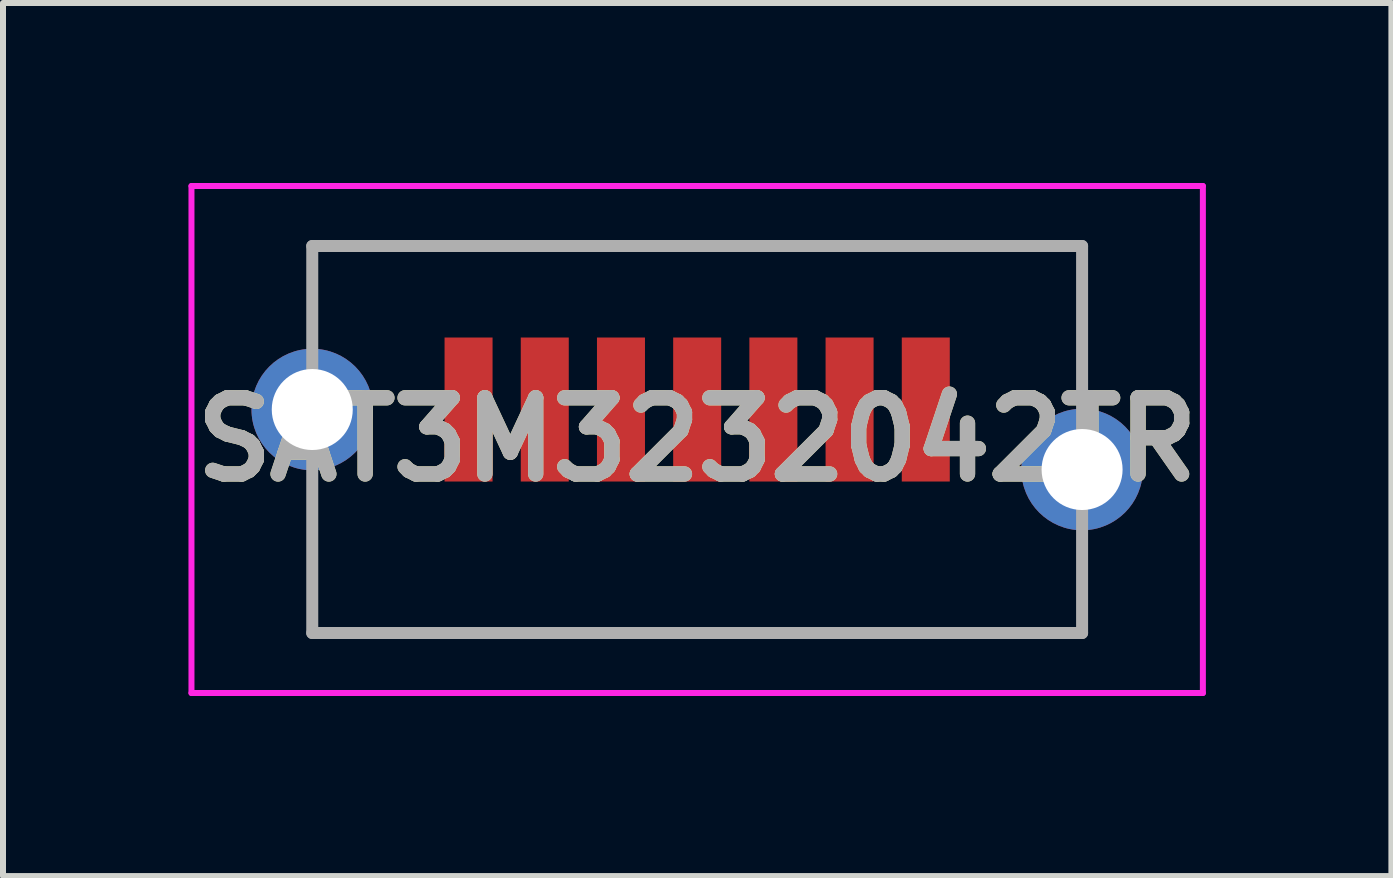
<source format=kicad_pcb>
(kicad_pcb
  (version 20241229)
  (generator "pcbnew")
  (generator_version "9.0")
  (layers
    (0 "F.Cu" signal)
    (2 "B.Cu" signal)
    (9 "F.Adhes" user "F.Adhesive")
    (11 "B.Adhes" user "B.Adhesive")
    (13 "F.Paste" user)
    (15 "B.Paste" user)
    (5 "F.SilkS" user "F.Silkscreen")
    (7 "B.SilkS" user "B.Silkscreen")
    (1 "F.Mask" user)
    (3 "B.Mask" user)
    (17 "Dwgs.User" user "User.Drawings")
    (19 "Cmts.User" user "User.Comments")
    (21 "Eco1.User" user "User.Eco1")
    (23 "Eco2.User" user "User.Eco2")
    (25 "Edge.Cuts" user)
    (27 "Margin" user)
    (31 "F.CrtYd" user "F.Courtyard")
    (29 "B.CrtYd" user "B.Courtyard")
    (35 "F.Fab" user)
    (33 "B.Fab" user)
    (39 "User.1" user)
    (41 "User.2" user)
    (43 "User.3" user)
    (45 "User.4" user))
  (footprint "SAT3M3232042TR"
    (layer "F.Cu")
    (at 8.569 4.275)
    (property "Reference" "SAT3M3232042TR" (at 0 0 0) (layer "F.SilkS") (effects (font (size 1.27 1.27) (thickness 0.254))))
    (attr through_hole)
    (fp_line (start -6.4 -3.2) (end 6.415 -3.2) (stroke (width 0.1) (type solid)) (layer "F.SilkS"))
    (fp_line (start -6.4 -2.6) (end -6.4 -3.2) (stroke (width 0.1) (type solid)) (layer "F.SilkS"))
    (fp_line (start -6.4 1.6) (end -6.4 3.225) (stroke (width 0.1) (type solid)) (layer "F.SilkS"))
    (fp_line (start -6.4 3.225) (end 6.415 3.2) (stroke (width 0.1) (type solid)) (layer "F.SilkS"))
    (fp_line (start 6.415 -3.2) (end 6.415 -1.6) (stroke (width 0.1) (type solid)) (layer "F.SilkS"))
    (fp_line (start 6.415 3.2) (end 6.415 2.4) (stroke (width 0.1) (type solid)) (layer "F.SilkS"))
    (fp_line (start -8.428 -4.225) (end 8.428 -4.225) (stroke (width 0.1) (type solid)) (layer "F.CrtYd"))
    (fp_line (start -8.428 4.225) (end -8.428 -4.225) (stroke (width 0.1) (type solid)) (layer "F.CrtYd"))
    (fp_line (start 8.428 -4.225) (end 8.428 4.225) (stroke (width 0.1) (type solid)) (layer "F.CrtYd"))
    (fp_line (start 8.428 4.225) (end -8.428 4.225) (stroke (width 0.1) (type solid)) (layer "F.CrtYd"))
    (fp_line (start -6.415 -3.225) (end 6.415 -3.225) (stroke (width 0.2) (type solid)) (layer "F.Fab"))
    (fp_line (start -6.415 3.225) (end -6.415 -3.225) (stroke (width 0.2) (type solid)) (layer "F.Fab"))
    (fp_line (start 6.415 -3.225) (end 6.415 3.225) (stroke (width 0.2) (type solid)) (layer "F.Fab"))
    (fp_line (start 6.415 3.225) (end -6.415 3.225) (stroke (width 0.2) (type solid)) (layer "F.Fab"))
    (fp_text user "${REFERENCE}" (at 0 0 0) (layer "F.Fab") (effects (font (size 1.27 1.27) (thickness 0.254))))
    (pad "1" smd rect (at -3.81 -0.5) (size 0.8 2.4) (layers "F.Cu" "F.Mask" "F.Paste"))
    (pad "2" smd rect (at -2.54 -0.5) (size 0.8 2.4) (layers "F.Cu" "F.Mask" "F.Paste"))
    (pad "3" smd rect (at -1.27 -0.5) (size 0.8 2.4) (layers "F.Cu" "F.Mask" "F.Paste"))
    (pad "4" smd rect (at 0 -0.5) (size 0.8 2.4) (layers "F.Cu" "F.Mask" "F.Paste"))
    (pad "5" smd rect (at 1.27 -0.5) (size 0.8 2.4) (layers "F.Cu" "F.Mask" "F.Paste"))
    (pad "6" smd rect (at 2.54 -0.5) (size 0.8 2.4) (layers "F.Cu" "F.Mask" "F.Paste"))
    (pad "7" smd rect (at 3.81 -0.5) (size 0.8 2.4) (layers "F.Cu" "F.Mask" "F.Paste"))
    (pad "MH1" thru_hole circle (at -6.415 -0.5) (size 2.025 2.025) (drill 1.35) (layers "*.Cu" "*.Mask"))
    (pad "MH2" thru_hole circle (at 6.415 0.5) (size 2.025 2.025) (drill 1.35) (layers "*.Cu" "*.Mask")))
  (gr_rect
    (start -3 -3)
    (end 20.139 11.55)
    (stroke (width 0.1) (type default))
    (fill no)
    (layer "Edge.Cuts")))
</source>
